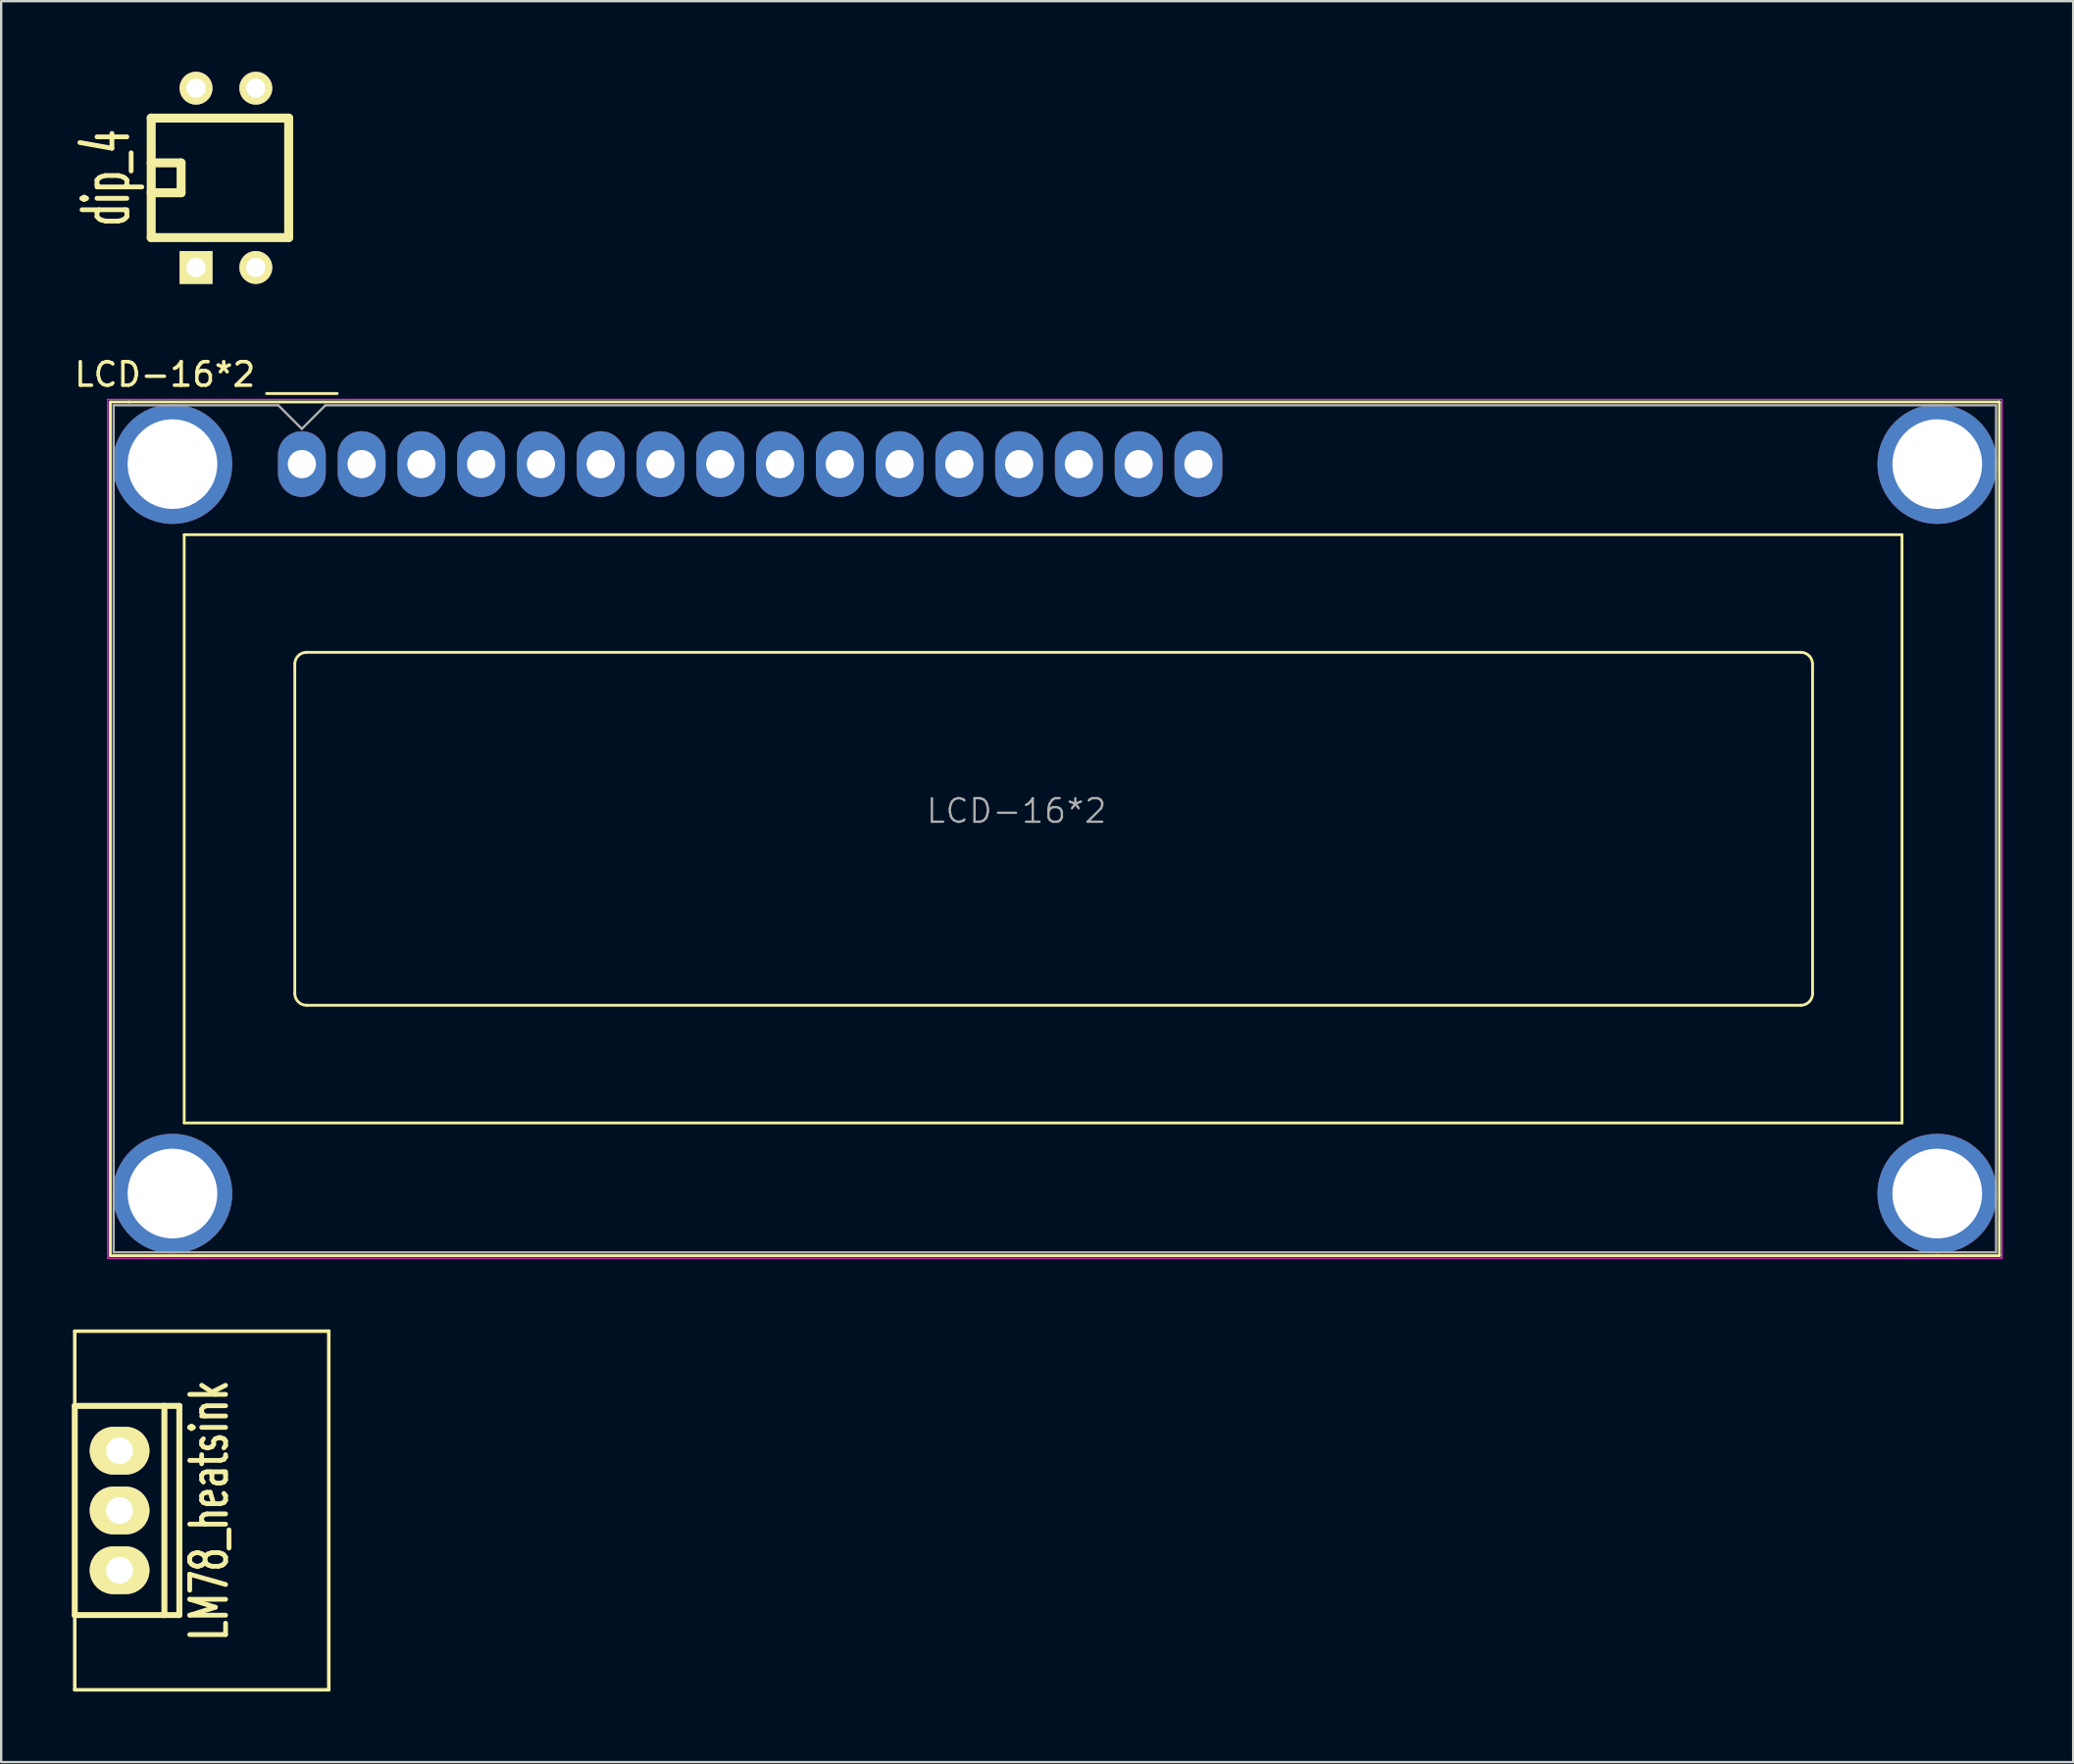
<source format=kicad_pcb>
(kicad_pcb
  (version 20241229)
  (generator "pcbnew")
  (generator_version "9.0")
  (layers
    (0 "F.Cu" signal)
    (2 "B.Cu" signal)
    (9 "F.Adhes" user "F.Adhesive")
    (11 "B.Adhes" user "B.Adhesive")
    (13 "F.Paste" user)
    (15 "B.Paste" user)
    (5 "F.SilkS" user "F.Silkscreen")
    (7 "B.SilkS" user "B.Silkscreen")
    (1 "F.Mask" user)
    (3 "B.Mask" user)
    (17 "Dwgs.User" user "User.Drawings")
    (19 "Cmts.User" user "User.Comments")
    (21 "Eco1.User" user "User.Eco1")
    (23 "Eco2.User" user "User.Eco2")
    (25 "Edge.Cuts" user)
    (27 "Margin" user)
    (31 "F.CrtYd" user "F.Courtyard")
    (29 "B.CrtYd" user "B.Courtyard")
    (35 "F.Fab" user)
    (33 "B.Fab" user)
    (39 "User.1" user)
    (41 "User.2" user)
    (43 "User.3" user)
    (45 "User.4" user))
  (footprint "dip_4"
    (layer "F.Cu")
    (at 7.821 4.508)
    (property "Reference" "dip_4" (at -6.35 0 90) (layer "F.SilkS") (effects (font (size 1.905 1.016) (thickness 0.203))))
    (attr through_hole)
    (fp_line (start -4.445 -2.54) (end 1.397 -2.54) (stroke (width 0.381) (type solid)) (layer "F.SilkS"))
    (fp_line (start -4.445 -0.635) (end -3.175 -0.635) (stroke (width 0.381) (type solid)) (layer "F.SilkS"))
    (fp_line (start -4.445 2.54) (end -4.445 -2.54) (stroke (width 0.381) (type solid)) (layer "F.SilkS"))
    (fp_line (start -3.175 -0.635) (end -3.175 0.635) (stroke (width 0.381) (type solid)) (layer "F.SilkS"))
    (fp_line (start -3.175 0.635) (end -4.445 0.635) (stroke (width 0.381) (type solid)) (layer "F.SilkS"))
    (fp_line (start 1.397 -2.54) (end 1.397 2.54) (stroke (width 0.381) (type solid)) (layer "F.SilkS"))
    (fp_line (start 1.397 2.54) (end -4.445 2.54) (stroke (width 0.381) (type solid)) (layer "F.SilkS"))
    (pad "1" thru_hole rect (at -2.54 3.81) (size 1.397 1.397) (drill 0.813) (layers "*.Cu" "*.Mask" "F.SilkS"))
    (pad "2" thru_hole circle (at 0 3.81) (size 1.397 1.397) (drill 0.813) (layers "*.Cu" "*.Mask" "F.SilkS"))
    (pad "3" thru_hole circle (at 0 -3.81) (size 1.397 1.397) (drill 0.813) (layers "*.Cu" "*.Mask" "F.SilkS"))
    (pad "4" thru_hole circle (at -2.54 -3.81) (size 1.397 1.397) (drill 0.813) (layers "*.Cu" "*.Mask" "F.SilkS")))
  (footprint "LM78_heatsink"
    (layer "F.Cu")
    (at 2.032 61.145)
    (property "Reference" "LM78_heatsink" (at 3.81 0 90) (layer "F.SilkS") (effects (font (size 1.524 1.016) (thickness 0.203))))
    (attr through_hole)
    (fp_line (start -1.905 -7.62) (end 8.89 -7.62) (stroke (width 0.15) (type solid)) (layer "F.SilkS"))
    (fp_line (start -1.905 -4.445) (end 1.905 -4.445) (stroke (width 0.254) (type solid)) (layer "F.SilkS"))
    (fp_line (start -1.905 4.445) (end -1.905 -4.445) (stroke (width 0.254) (type solid)) (layer "F.SilkS"))
    (fp_line (start -1.905 7.62) (end -1.905 -7.62) (stroke (width 0.15) (type solid)) (layer "F.SilkS"))
    (fp_line (start 1.905 -4.445) (end 1.905 4.445) (stroke (width 0.254) (type solid)) (layer "F.SilkS"))
    (fp_line (start 1.905 -4.445) (end 2.54 -4.445) (stroke (width 0.254) (type solid)) (layer "F.SilkS"))
    (fp_line (start 1.905 4.445) (end -1.905 4.445) (stroke (width 0.254) (type solid)) (layer "F.SilkS"))
    (fp_line (start 2.54 -4.445) (end 2.54 4.445) (stroke (width 0.254) (type solid)) (layer "F.SilkS"))
    (fp_line (start 2.54 4.445) (end 1.905 4.445) (stroke (width 0.254) (type solid)) (layer "F.SilkS"))
    (fp_line (start 8.89 -7.62) (end 8.89 7.62) (stroke (width 0.15) (type solid)) (layer "F.SilkS"))
    (fp_line (start 8.89 7.62) (end -1.905 7.62) (stroke (width 0.15) (type solid)) (layer "F.SilkS"))
    (pad "1" thru_hole oval (at 0 -2.54) (size 2.54 2.032) (drill 1.143) (layers "*.Cu" "*.Mask" "F.SilkS"))
    (pad "2" thru_hole oval (at 0 0) (size 2.54 2.032) (drill 1.143) (layers "*.Cu" "*.Mask" "F.SilkS"))
    (pad "3" thru_hole oval (at 0 2.54) (size 2.54 2.032) (drill 1.143) (layers "*.Cu" "*.Mask" "F.SilkS")))
  (footprint "LCD-16*2"
    (layer "F.Cu")
    (at 9.778 16.675)
    (property "Reference" "LCD-16*2" (at -5.82 -3.81 0) (layer "F.SilkS") (effects (font (size 1 1) (thickness 0.15))))
    (attr through_hole)
    (fp_line (start -8.14 -2.64) (end -8.14 33.64) (stroke (width 0.12) (type solid)) (layer "F.SilkS"))
    (fp_line (start -8.14 33.64) (end 72.14 33.64) (stroke (width 0.12) (type solid)) (layer "F.SilkS"))
    (fp_line (start -8.13 -2.64) (end -7.34 -2.64) (stroke (width 0.12) (type solid)) (layer "F.SilkS"))
    (fp_line (start -5 3) (end 68 3) (stroke (width 0.12) (type solid)) (layer "F.SilkS"))
    (fp_line (start -5 28) (end -5 3) (stroke (width 0.12) (type solid)) (layer "F.SilkS"))
    (fp_line (start -1.5 -3) (end 1.5 -3) (stroke (width 0.12) (type solid)) (layer "F.SilkS"))
    (fp_line (start -0.3 22.499) (end -0.3 8.5) (stroke (width 0.12) (type solid)) (layer "F.SilkS"))
    (fp_line (start 0.2 8) (end 63.7 8) (stroke (width 0.12) (type solid)) (layer "F.SilkS"))
    (fp_line (start 63.701 23) (end 0.2 23) (stroke (width 0.12) (type solid)) (layer "F.SilkS"))
    (fp_line (start 64.2 8.5) (end 64.2 22.5) (stroke (width 0.12) (type solid)) (layer "F.SilkS"))
    (fp_line (start 68 3) (end 68 28) (stroke (width 0.12) (type solid)) (layer "F.SilkS"))
    (fp_line (start 68 28) (end -5 28) (stroke (width 0.12) (type solid)) (layer "F.SilkS"))
    (fp_line (start 72.14 -2.64) (end -7.34 -2.64) (stroke (width 0.12) (type solid)) (layer "F.SilkS"))
    (fp_line (start 72.14 33.64) (end 72.14 -2.64) (stroke (width 0.12) (type solid)) (layer "F.SilkS"))
    (fp_arc (start -0.29972 8.49884) (mid -0.153162 8.145018) (end 0.20066 7.99846) (stroke (width 0.12) (type solid)) (layer "F.SilkS"))
    (fp_arc (start 0.20066 22.9997) (mid -0.153162 22.853142) (end -0.29972 22.49932) (stroke (width 0.12) (type solid)) (layer "F.SilkS"))
    (fp_arc (start 63.7 8) (mid 64.053553 8.146447) (end 64.2 8.5) (stroke (width 0.12) (type solid)) (layer "F.SilkS"))
    (fp_arc (start 64.20104 22.49932) (mid 64.054482 22.853142) (end 63.70066 22.9997) (stroke (width 0.12) (type solid)) (layer "F.SilkS"))
    (fp_line (start -8.25 -2.75) (end -8.25 33.75) (stroke (width 0.05) (type solid)) (layer "F.CrtYd"))
    (fp_line (start -8.25 -2.75) (end 72.25 -2.75) (stroke (width 0.05) (type solid)) (layer "F.CrtYd"))
    (fp_line (start -8.25 33.75) (end 72.25 33.75) (stroke (width 0.05) (type solid)) (layer "F.CrtYd"))
    (fp_line (start 72.25 -2.75) (end 72.25 33.75) (stroke (width 0.05) (type solid)) (layer "F.CrtYd"))
    (fp_line (start -8 33.5) (end -8 -2.5) (stroke (width 0.1) (type solid)) (layer "F.Fab"))
    (fp_line (start -1 -2.5) (end -8 -2.5) (stroke (width 0.1) (type solid)) (layer "F.Fab"))
    (fp_line (start 0 -1.5) (end -1 -2.5) (stroke (width 0.1) (type solid)) (layer "F.Fab"))
    (fp_line (start 1 -2.5) (end 0 -1.5) (stroke (width 0.1) (type solid)) (layer "F.Fab"))
    (fp_line (start 1 -2.5) (end 72 -2.5) (stroke (width 0.1) (type solid)) (layer "F.Fab"))
    (fp_line (start 72 -2.5) (end 72 33.5) (stroke (width 0.1) (type solid)) (layer "F.Fab"))
    (fp_line (start 72 33.5) (end -8 33.5) (stroke (width 0.1) (type solid)) (layer "F.Fab"))
    (fp_text user "${REFERENCE}" (at 30.37 14.74 0) (layer "F.Fab") (effects (font (size 1 1) (thickness 0.1))))
    (pad "" thru_hole circle (at -5.499 0) (size 5.08 5.08) (drill 3.81) (layers "*.Cu" "*.Mask"))
    (pad "" thru_hole circle (at -5.499 31.001) (size 5.08 5.08) (drill 3.81) (layers "*.Cu" "*.Mask"))
    (pad "" thru_hole circle (at 69.499 31.001) (size 5.08 5.08) (drill 3.81) (layers "*.Cu" "*.Mask"))
    (pad "" thru_hole circle (at 69.5 0) (size 5.08 5.08) (drill 3.81) (layers "*.Cu" "*.Mask"))
    (pad "1" thru_hole oval (at 0 0) (size 2.032 2.794) (drill 1.2) (layers "*.Cu" "*.Mask"))
    (pad "2" thru_hole oval (at 2.54 0) (size 2.032 2.794) (drill 1.2) (layers "*.Cu" "*.Mask"))
    (pad "3" thru_hole oval (at 5.08 0) (size 2.032 2.794) (drill 1.2) (layers "*.Cu" "*.Mask"))
    (pad "4" thru_hole oval (at 7.62 0) (size 2.032 2.794) (drill 1.2) (layers "*.Cu" "*.Mask"))
    (pad "5" thru_hole oval (at 10.16 0) (size 2.032 2.794) (drill 1.2) (layers "*.Cu" "*.Mask"))
    (pad "6" thru_hole oval (at 12.7 0) (size 2.032 2.794) (drill 1.2) (layers "*.Cu" "*.Mask"))
    (pad "7" thru_hole oval (at 15.24 0) (size 2.032 2.794) (drill 1.2) (layers "*.Cu" "*.Mask"))
    (pad "8" thru_hole oval (at 17.78 0) (size 2.032 2.794) (drill 1.2) (layers "*.Cu" "*.Mask"))
    (pad "9" thru_hole oval (at 20.32 0) (size 2.032 2.794) (drill 1.2) (layers "*.Cu" "*.Mask"))
    (pad "10" thru_hole oval (at 22.86 0) (size 2.032 2.794) (drill 1.2) (layers "*.Cu" "*.Mask"))
    (pad "11" thru_hole oval (at 25.4 0) (size 2.032 2.794) (drill 1.2) (layers "*.Cu" "*.Mask"))
    (pad "12" thru_hole oval (at 27.94 0) (size 2.032 2.794) (drill 1.2) (layers "*.Cu" "*.Mask"))
    (pad "13" thru_hole oval (at 30.48 0) (size 2.032 2.794) (drill 1.2) (layers "*.Cu" "*.Mask"))
    (pad "14" thru_hole oval (at 33.02 0) (size 2.032 2.794) (drill 1.2) (layers "*.Cu" "*.Mask"))
    (pad "15" thru_hole oval (at 35.56 0) (size 2.032 2.794) (drill 1.2) (layers "*.Cu" "*.Mask"))
    (pad "16" thru_hole oval (at 38.1 0) (size 2.032 2.794) (drill 1.2) (layers "*.Cu" "*.Mask")))
  (gr_rect
    (start -3 -3)
    (end 85.053 71.84)
    (stroke (width 0.1) (type default))
    (fill no)
    (layer "Edge.Cuts")))
</source>
